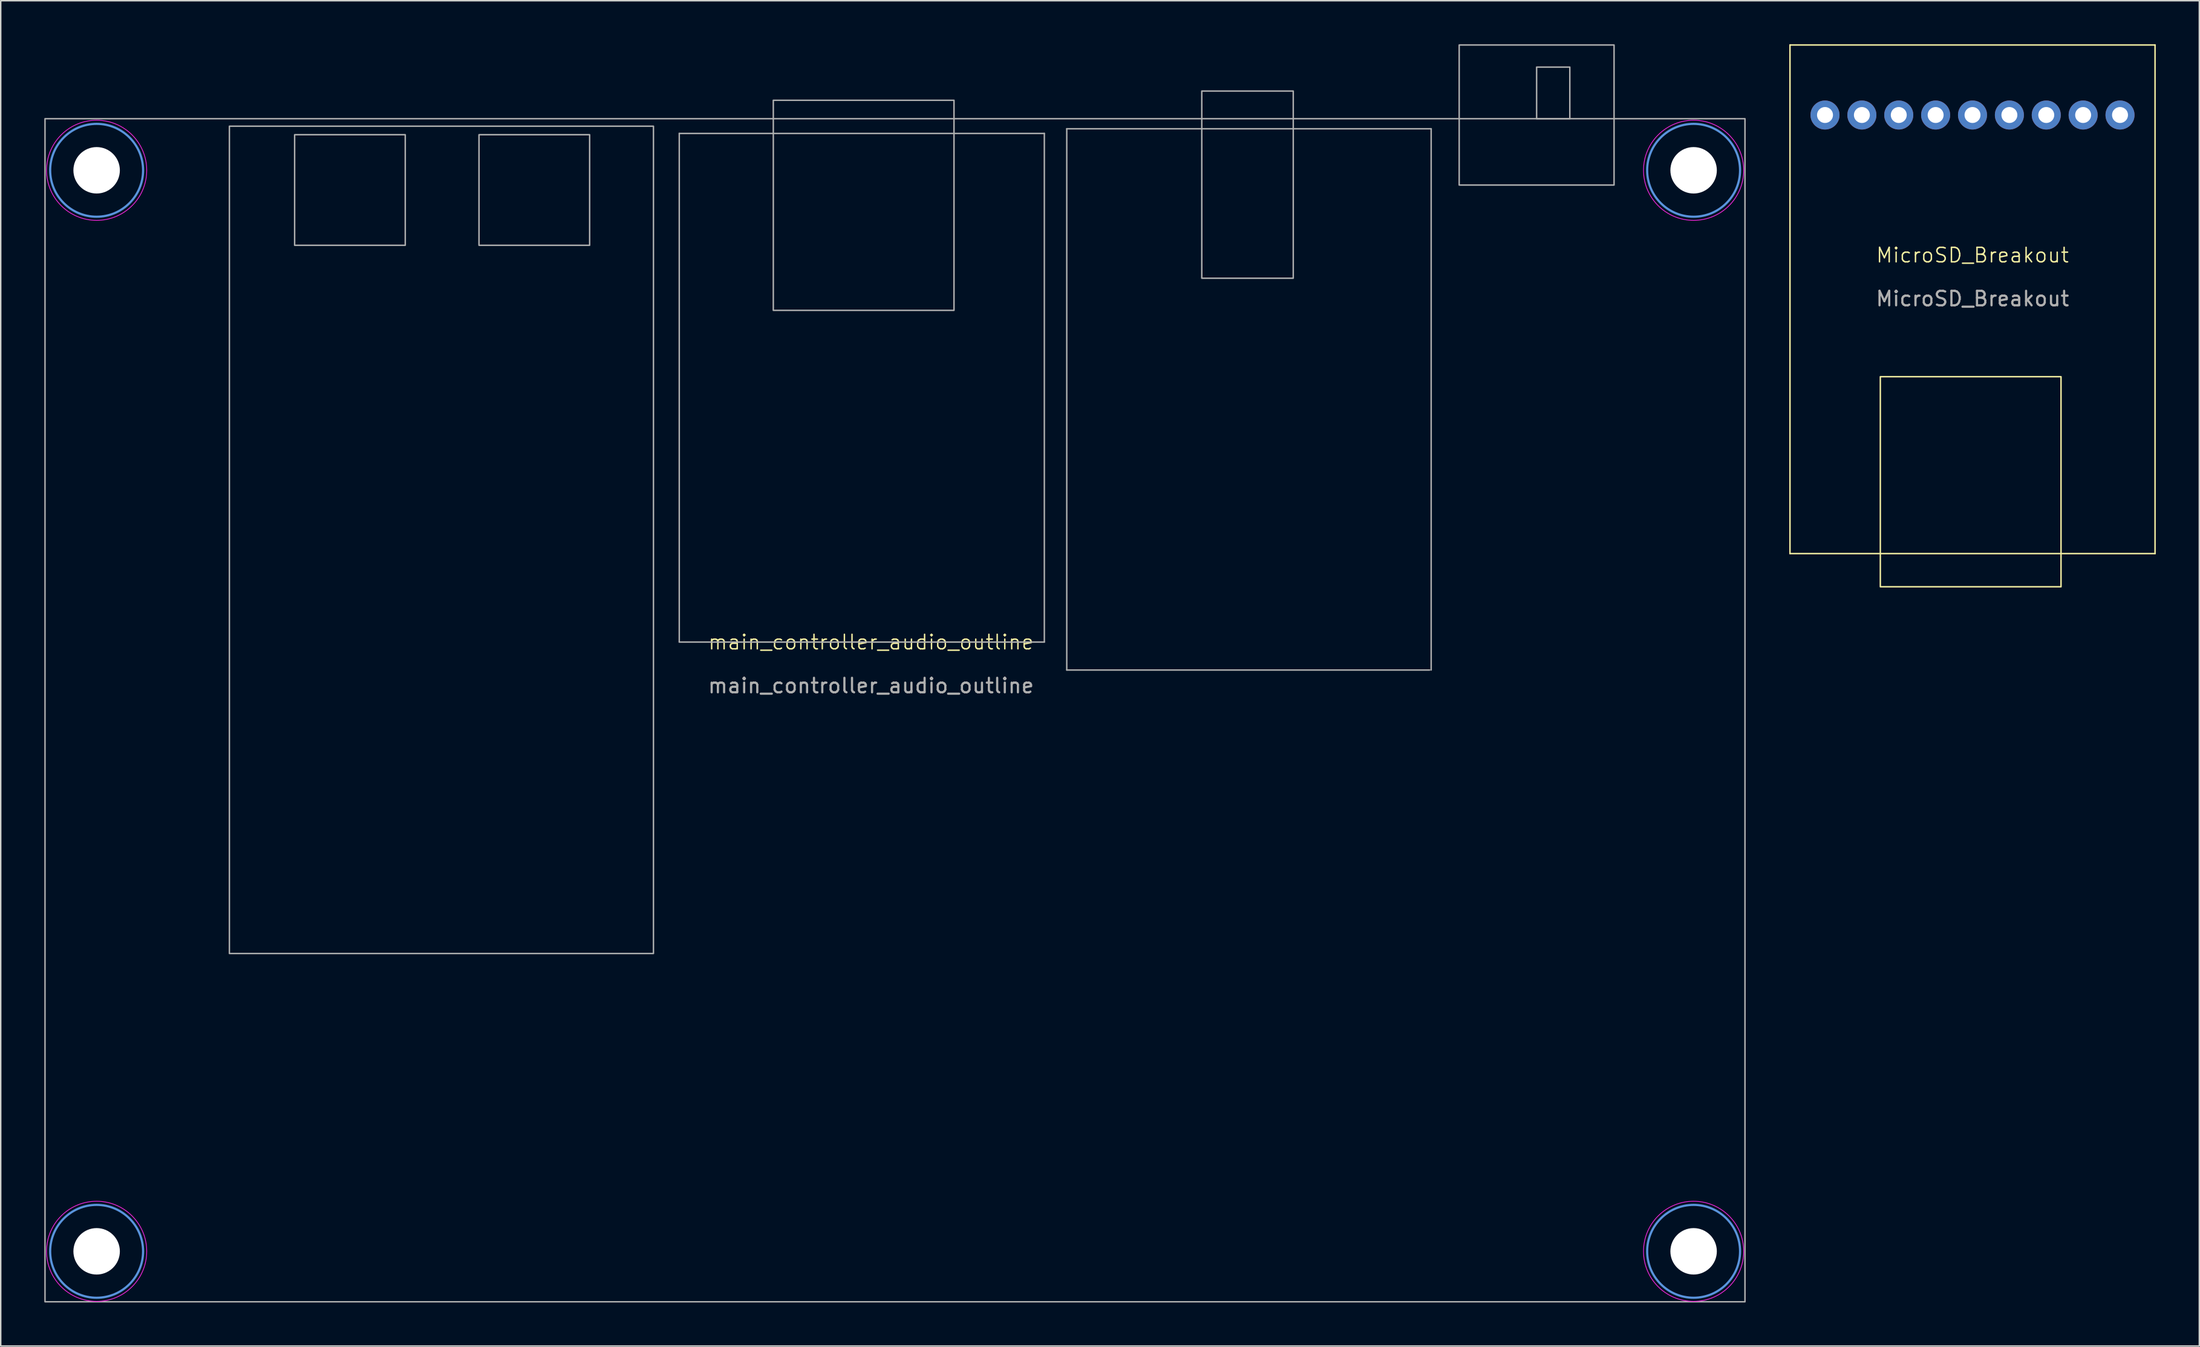
<source format=kicad_pcb>
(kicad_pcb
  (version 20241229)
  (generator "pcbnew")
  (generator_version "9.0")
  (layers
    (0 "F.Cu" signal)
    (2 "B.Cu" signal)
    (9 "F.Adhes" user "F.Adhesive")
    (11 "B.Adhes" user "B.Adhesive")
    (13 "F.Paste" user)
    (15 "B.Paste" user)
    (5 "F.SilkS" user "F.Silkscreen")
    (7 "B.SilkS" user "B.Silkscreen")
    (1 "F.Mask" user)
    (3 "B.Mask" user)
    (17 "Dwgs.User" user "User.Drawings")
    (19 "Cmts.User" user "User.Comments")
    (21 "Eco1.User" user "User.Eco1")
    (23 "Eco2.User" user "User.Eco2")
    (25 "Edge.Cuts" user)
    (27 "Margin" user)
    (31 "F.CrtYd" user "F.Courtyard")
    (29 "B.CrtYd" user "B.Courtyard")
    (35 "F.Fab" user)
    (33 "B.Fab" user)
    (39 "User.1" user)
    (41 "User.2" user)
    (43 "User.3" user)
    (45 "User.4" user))
  (footprint "main_controller_audio_outline"
    (layer "F.Cu")
    (at 56.946 41.706)
    (property "Reference" "main_controller_audio_outline" (at 0 -0.5 0) (unlocked yes) (layer "F.SilkS") (effects (font (size 1 1) (thickness 0.1))))
    (attr through_hole)
    (fp_circle (center -53.34 -33.02) (end -50.14 -33.02) (stroke (width 0.15) (type solid)) (fill no) (layer "Cmts.User"))
    (fp_circle (center -53.34 41.48) (end -50.14 41.48) (stroke (width 0.15) (type solid)) (fill no) (layer "Cmts.User"))
    (fp_circle (center 56.66 -33.02) (end 59.86 -33.02) (stroke (width 0.15) (type solid)) (fill no) (layer "Cmts.User"))
    (fp_circle (center 56.66 41.48) (end 59.86 41.48) (stroke (width 0.15) (type solid)) (fill no) (layer "Cmts.User"))
    (fp_circle (center -53.34 -33.02) (end -49.89 -33.02) (stroke (width 0.05) (type solid)) (fill no) (layer "F.CrtYd"))
    (fp_circle (center -53.34 41.48) (end -49.89 41.48) (stroke (width 0.05) (type solid)) (fill no) (layer "F.CrtYd"))
    (fp_circle (center 56.66 -33.02) (end 60.11 -33.02) (stroke (width 0.05) (type solid)) (fill no) (layer "F.CrtYd"))
    (fp_circle (center 56.66 41.48) (end 60.11 41.48) (stroke (width 0.05) (type solid)) (fill no) (layer "F.CrtYd"))
    (fp_line (start -13.208 -35.56) (end -13.208 -0.508) (stroke (width 0.1) (type solid)) (layer "F.Fab"))
    (fp_line (start 11.938 -35.56) (end -13.208 -35.56) (stroke (width 0.1) (type solid)) (layer "F.Fab"))
    (fp_line (start 11.938 -0.508) (end -13.208 -0.508) (stroke (width 0.1) (type solid)) (layer "F.Fab"))
    (fp_line (start 11.938 -0.508) (end 11.938 -35.56) (stroke (width 0.1) (type solid)) (layer "F.Fab"))
    (fp_line (start 13.483 -35.881) (end 38.583 -35.881) (stroke (width 0.1) (type solid)) (layer "F.Fab"))
    (fp_line (start 13.483 1.419) (end 13.483 -35.881) (stroke (width 0.1) (type solid)) (layer "F.Fab"))
    (fp_line (start 13.483 1.419) (end 38.483 1.419) (stroke (width 0.1) (type solid)) (layer "F.Fab"))
    (fp_line (start 38.583 1.419) (end 38.583 -35.881) (stroke (width 0.1) (type solid)) (layer "F.Fab"))
    (fp_rect (start -56.896 -36.576) (end 60.198 44.958) (stroke (width 0.1) (type solid)) (fill no) (layer "F.Fab"))
    (fp_rect (start -44.195 -36.058) (end -14.986 20.955) (stroke (width 0.1) (type solid)) (fill no) (layer "F.Fab"))
    (fp_rect (start -39.702 -35.472) (end -32.082 -27.852) (stroke (width 0.1) (type solid)) (fill no) (layer "F.Fab"))
    (fp_rect (start -27.002 -35.472) (end -19.382 -27.852) (stroke (width 0.1) (type solid)) (fill no) (layer "F.Fab"))
    (fp_rect (start 22.783 -38.481) (end 29.083 -25.581) (stroke (width 0.1) (type solid)) (fill no) (layer "F.Fab"))
    (fp_rect (start 40.513 -41.656) (end 51.181 -32.004) (stroke (width 0.1) (type solid)) (fill no) (layer "F.Fab"))
    (fp_poly (pts (xy 5.715 -23.368) (xy -6.731 -23.368) (xy -6.731 -37.846) (xy 5.715 -37.846)) (stroke (width 0.1) (type solid)) (fill no) (layer "F.Fab"))
    (fp_poly (pts (xy 48.133 -40.132) (xy 48.133 -36.576) (xy 45.847 -36.576) (xy 45.847 -40.132)) (stroke (width 0.1) (type solid)) (fill no) (layer "F.Fab"))
    (fp_text user "${REFERENCE}" (at 0 2.5 0) (unlocked yes) (layer "F.Fab") (effects (font (size 1 1) (thickness 0.15))))
    (pad "" np_thru_hole circle (at -53.34 -33.02) (size 3.2 3.2) (drill 3.2) (layers "*.Cu" "*.Mask"))
    (pad "" np_thru_hole circle (at -53.34 41.48) (size 3.2 3.2) (drill 3.2) (layers "*.Cu" "*.Mask"))
    (pad "" np_thru_hole circle (at 56.66 -33.02) (size 3.2 3.2) (drill 3.2) (layers "*.Cu" "*.Mask"))
    (pad "" np_thru_hole circle (at 56.66 41.48) (size 3.2 3.2) (drill 3.2) (layers "*.Cu" "*.Mask")))
  (footprint "MicroSD_Breakout"
    (layer "F.Cu")
    (at 132.817 15.036)
    (property "Reference" "MicroSD_Breakout" (at 0 -0.5 0) (unlocked yes) (layer "F.SilkS") (effects (font (size 1 1) (thickness 0.1))))
    (attr through_hole)
    (fp_line (start -12.573 -14.986) (end -12.573 20.066) (stroke (width 0.1) (type default)) (layer "F.SilkS"))
    (fp_line (start -12.573 -14.986) (end 12.573 -14.986) (stroke (width 0.1) (type default)) (layer "F.SilkS"))
    (fp_line (start -12.573 20.066) (end 12.573 20.066) (stroke (width 0.1) (type default)) (layer "F.SilkS"))
    (fp_line (start 12.573 20.066) (end 12.573 -14.986) (stroke (width 0.1) (type default)) (layer "F.SilkS"))
    (fp_rect (start -6.35 7.874) (end 6.096 22.352) (stroke (width 0.1) (type default)) (fill no) (layer "F.SilkS"))
    (fp_text user "${REFERENCE}" (at 0 2.5 0) (unlocked yes) (layer "F.Fab") (effects (font (size 1 1) (thickness 0.15))))
    (pad "1" thru_hole circle (at -10.16 -10.16) (size 2 2) (drill 1.1) (layers "*.Cu" "*.Mask"))
    (pad "2" thru_hole circle (at -7.62 -10.16) (size 2 2) (drill 1.1) (layers "*.Cu" "*.Mask"))
    (pad "3" thru_hole circle (at -5.08 -10.16) (size 2 2) (drill 1.1) (layers "*.Cu" "*.Mask"))
    (pad "4" thru_hole circle (at -2.54 -10.16) (size 2 2) (drill 1.1) (layers "*.Cu" "*.Mask"))
    (pad "5" thru_hole circle (at 0 -10.16) (size 2 2) (drill 1.1) (layers "*.Cu" "*.Mask"))
    (pad "6" thru_hole circle (at 2.54 -10.16) (size 2 2) (drill 1.1) (layers "*.Cu" "*.Mask"))
    (pad "7" thru_hole circle (at 5.08 -10.16) (size 2 2) (drill 1.1) (layers "*.Cu" "*.Mask"))
    (pad "8" thru_hole circle (at 7.62 -10.16) (size 2 2) (drill 1.1) (layers "*.Cu" "*.Mask"))
    (pad "9" thru_hole circle (at 10.16 -10.16) (size 2 2) (drill 1.1) (layers "*.Cu" "*.Mask")))
  (gr_rect
    (start -3 -3)
    (end 148.44 89.714)
    (stroke (width 0.1) (type default))
    (fill no)
    (layer "Edge.Cuts")))
</source>
